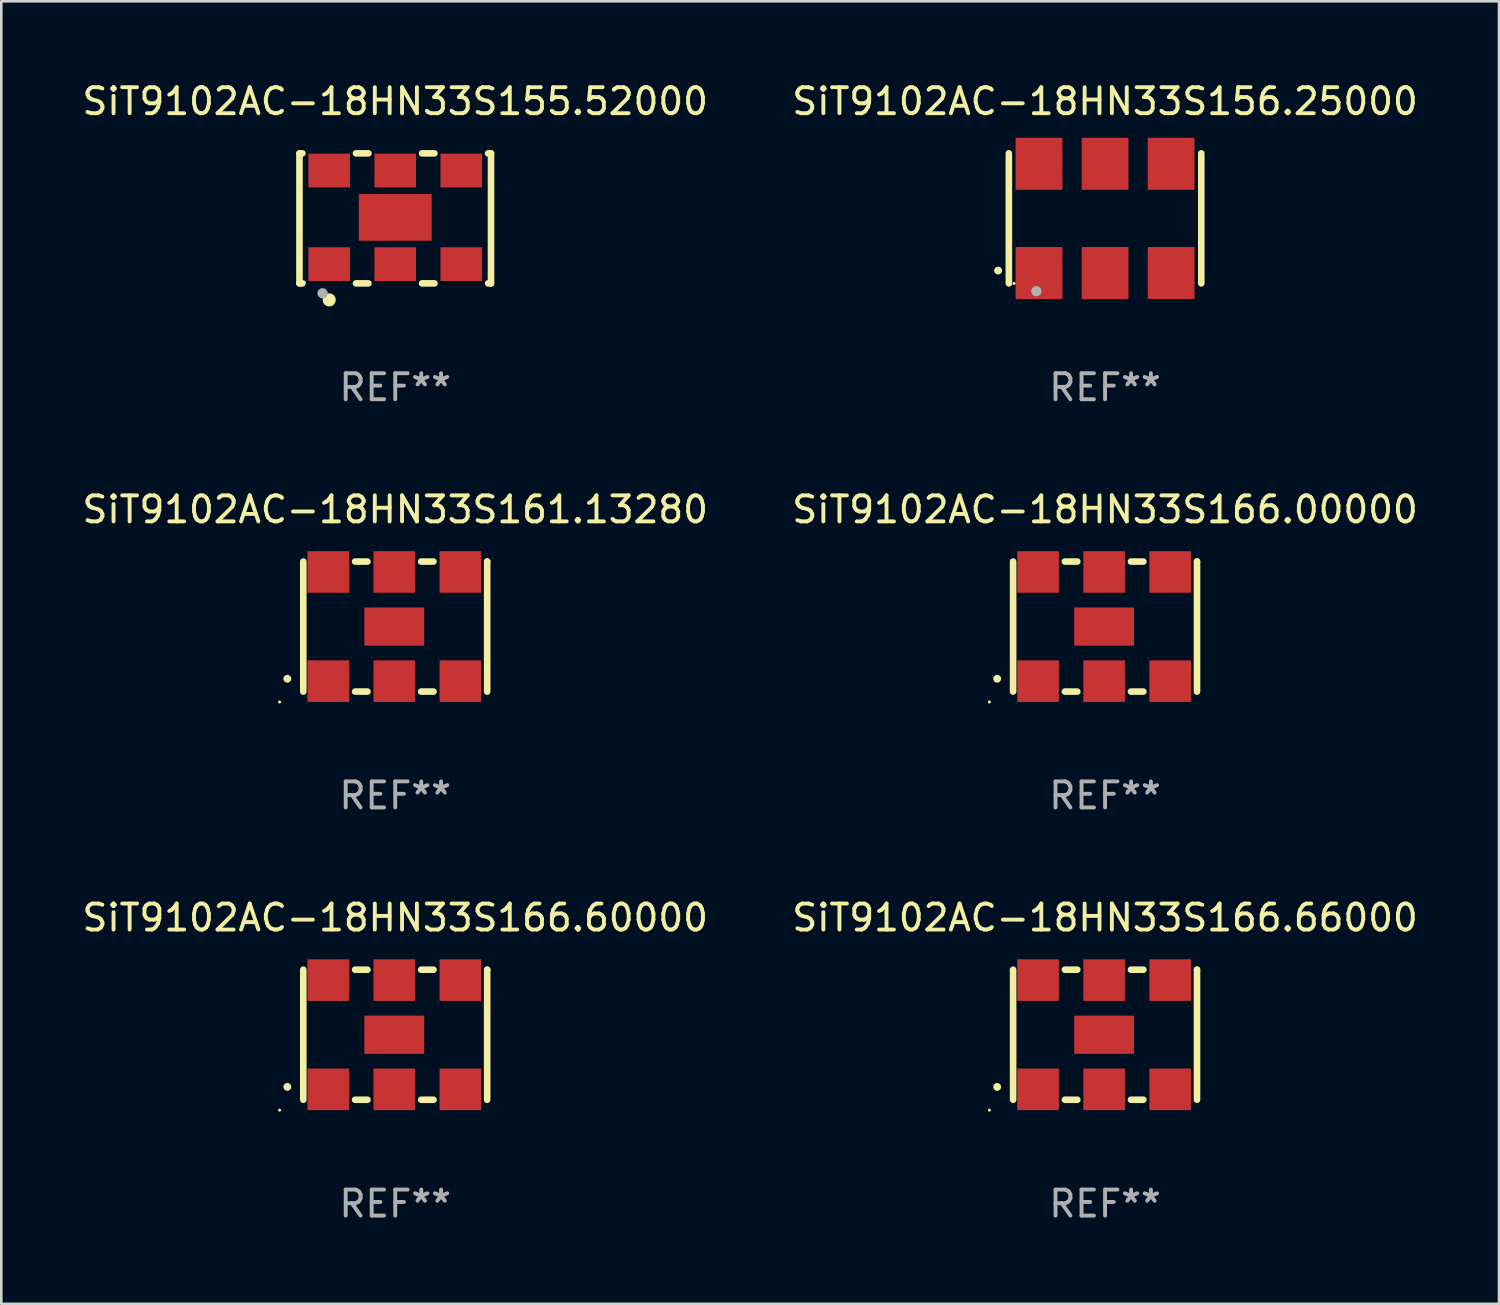
<source format=kicad_pcb>
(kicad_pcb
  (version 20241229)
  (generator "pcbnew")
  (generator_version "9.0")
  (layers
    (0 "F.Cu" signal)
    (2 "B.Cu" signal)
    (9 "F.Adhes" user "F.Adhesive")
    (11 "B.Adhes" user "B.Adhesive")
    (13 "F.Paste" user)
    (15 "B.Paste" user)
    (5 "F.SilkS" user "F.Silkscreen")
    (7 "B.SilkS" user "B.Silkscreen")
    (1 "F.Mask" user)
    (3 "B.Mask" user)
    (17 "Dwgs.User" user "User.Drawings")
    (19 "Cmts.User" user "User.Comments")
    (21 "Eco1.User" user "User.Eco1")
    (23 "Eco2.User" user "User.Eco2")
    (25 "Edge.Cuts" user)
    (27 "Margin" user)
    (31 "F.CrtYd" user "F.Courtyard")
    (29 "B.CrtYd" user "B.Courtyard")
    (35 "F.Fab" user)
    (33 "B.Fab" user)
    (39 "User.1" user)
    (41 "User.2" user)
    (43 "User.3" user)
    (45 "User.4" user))
  (footprint "SiT9102AC-18HN33S166.00000"
    (layer "F.Cu")
    (at 39.446 21.045)
    (property "Reference" "SiT9102AC-18HN33S166.00000" (at 0 -4.5 0) (layer "F.SilkS") (effects (font (size 1 1) (thickness 0.15))))
    (attr through_hole)
    (fp_line (start -3.536 -2.5) (end -3.536 2.5) (stroke (width 0.254) (type solid)) (layer "F.SilkS"))
    (fp_line (start -1.544 2.5) (end -1.067 2.5) (stroke (width 0.254) (type solid)) (layer "F.SilkS"))
    (fp_line (start -1.067 -2.5) (end -1.544 -2.5) (stroke (width 0.254) (type solid)) (layer "F.SilkS"))
    (fp_line (start 0.996 2.5) (end 1.473 2.5) (stroke (width 0.254) (type solid)) (layer "F.SilkS"))
    (fp_line (start 1.473 -2.5) (end 0.996 -2.5) (stroke (width 0.254) (type solid)) (layer "F.SilkS"))
    (fp_line (start 3.536 -2.5) (end 3.536 -2.5) (stroke (width 0.254) (type solid)) (layer "F.SilkS"))
    (fp_line (start 3.536 2.5) (end 3.536 -2.5) (stroke (width 0.254) (type solid)) (layer "F.SilkS"))
    (fp_arc (start -4.150432 2.006604) (mid -4.149162 2.006599) (end -4.147892 2.006604) (stroke (width 0.3) (type solid)) (layer "F.SilkS"))
    (fp_circle (center -4.449 2.9) (end -4.419 2.9) (stroke (width 0.06) (type solid)) (fill no) (layer "F.SilkS"))
    (fp_text user "REF**" (at 0 6.5 0) (layer "F.Fab") (effects (font (size 1 1) (thickness 0.15))))
    (pad "1" smd rect (at -2.576 2.1) (size 1.6 1.6) (layers "F.Cu" "F.Mask" "F.Paste"))
    (pad "2" smd rect (at -0.036 2.1) (size 1.6 1.6) (layers "F.Cu" "F.Mask" "F.Paste"))
    (pad "3" smd rect (at 2.504 2.1) (size 1.6 1.6) (layers "F.Cu" "F.Mask" "F.Paste"))
    (pad "4" smd rect (at 2.504 -2.1) (size 1.6 1.6) (layers "F.Cu" "F.Mask" "F.Paste"))
    (pad "5" smd rect (at -0.036 -2.1) (size 1.6 1.6) (layers "F.Cu" "F.Mask" "F.Paste"))
    (pad "6" smd rect (at -2.576 -2.1) (size 1.6 1.6) (layers "F.Cu" "F.Mask" "F.Paste"))
    (pad "7" smd rect (at -0.036 0) (size 2.3 1.47) (layers "F.Cu" "F.Mask" "F.Paste")))
  (footprint "SiT9102AC-18HN33S161.13280"
    (layer "F.Cu")
    (at 12.149 21.045)
    (property "Reference" "SiT9102AC-18HN33S161.13280" (at 0 -4.5 0) (layer "F.SilkS") (effects (font (size 1 1) (thickness 0.15))))
    (attr through_hole)
    (fp_line (start -3.536 -2.5) (end -3.536 2.5) (stroke (width 0.254) (type solid)) (layer "F.SilkS"))
    (fp_line (start -1.544 2.5) (end -1.067 2.5) (stroke (width 0.254) (type solid)) (layer "F.SilkS"))
    (fp_line (start -1.067 -2.5) (end -1.544 -2.5) (stroke (width 0.254) (type solid)) (layer "F.SilkS"))
    (fp_line (start 0.996 2.5) (end 1.473 2.5) (stroke (width 0.254) (type solid)) (layer "F.SilkS"))
    (fp_line (start 1.473 -2.5) (end 0.996 -2.5) (stroke (width 0.254) (type solid)) (layer "F.SilkS"))
    (fp_line (start 3.536 -2.5) (end 3.536 -2.5) (stroke (width 0.254) (type solid)) (layer "F.SilkS"))
    (fp_line (start 3.536 2.5) (end 3.536 -2.5) (stroke (width 0.254) (type solid)) (layer "F.SilkS"))
    (fp_arc (start -4.150432 2.006604) (mid -4.149162 2.006599) (end -4.147892 2.006604) (stroke (width 0.3) (type solid)) (layer "F.SilkS"))
    (fp_circle (center -4.449 2.9) (end -4.419 2.9) (stroke (width 0.06) (type solid)) (fill no) (layer "F.SilkS"))
    (fp_text user "REF**" (at 0 6.5 0) (layer "F.Fab") (effects (font (size 1 1) (thickness 0.15))))
    (pad "1" smd rect (at -2.576 2.1) (size 1.6 1.6) (layers "F.Cu" "F.Mask" "F.Paste"))
    (pad "2" smd rect (at -0.036 2.1) (size 1.6 1.6) (layers "F.Cu" "F.Mask" "F.Paste"))
    (pad "3" smd rect (at 2.504 2.1) (size 1.6 1.6) (layers "F.Cu" "F.Mask" "F.Paste"))
    (pad "4" smd rect (at 2.504 -2.1) (size 1.6 1.6) (layers "F.Cu" "F.Mask" "F.Paste"))
    (pad "5" smd rect (at -0.036 -2.1) (size 1.6 1.6) (layers "F.Cu" "F.Mask" "F.Paste"))
    (pad "6" smd rect (at -2.576 -2.1) (size 1.6 1.6) (layers "F.Cu" "F.Mask" "F.Paste"))
    (pad "7" smd rect (at -0.036 0) (size 2.3 1.47) (layers "F.Cu" "F.Mask" "F.Paste")))
  (footprint "SiT9102AC-18HN33S166.66000"
    (layer "F.Cu")
    (at 39.446 36.741)
    (property "Reference" "SiT9102AC-18HN33S166.66000" (at 0 -4.5 0) (layer "F.SilkS") (effects (font (size 1 1) (thickness 0.15))))
    (attr through_hole)
    (fp_line (start -3.536 -2.5) (end -3.536 2.5) (stroke (width 0.254) (type solid)) (layer "F.SilkS"))
    (fp_line (start -1.544 2.5) (end -1.067 2.5) (stroke (width 0.254) (type solid)) (layer "F.SilkS"))
    (fp_line (start -1.067 -2.5) (end -1.544 -2.5) (stroke (width 0.254) (type solid)) (layer "F.SilkS"))
    (fp_line (start 0.996 2.5) (end 1.473 2.5) (stroke (width 0.254) (type solid)) (layer "F.SilkS"))
    (fp_line (start 1.473 -2.5) (end 0.996 -2.5) (stroke (width 0.254) (type solid)) (layer "F.SilkS"))
    (fp_line (start 3.536 -2.5) (end 3.536 -2.5) (stroke (width 0.254) (type solid)) (layer "F.SilkS"))
    (fp_line (start 3.536 2.5) (end 3.536 -2.5) (stroke (width 0.254) (type solid)) (layer "F.SilkS"))
    (fp_arc (start -4.150432 2.006604) (mid -4.149162 2.006599) (end -4.147892 2.006604) (stroke (width 0.3) (type solid)) (layer "F.SilkS"))
    (fp_circle (center -4.449 2.9) (end -4.419 2.9) (stroke (width 0.06) (type solid)) (fill no) (layer "F.SilkS"))
    (fp_text user "REF**" (at 0 6.5 0) (layer "F.Fab") (effects (font (size 1 1) (thickness 0.15))))
    (pad "1" smd rect (at -2.576 2.1) (size 1.6 1.6) (layers "F.Cu" "F.Mask" "F.Paste"))
    (pad "2" smd rect (at -0.036 2.1) (size 1.6 1.6) (layers "F.Cu" "F.Mask" "F.Paste"))
    (pad "3" smd rect (at 2.504 2.1) (size 1.6 1.6) (layers "F.Cu" "F.Mask" "F.Paste"))
    (pad "4" smd rect (at 2.504 -2.1) (size 1.6 1.6) (layers "F.Cu" "F.Mask" "F.Paste"))
    (pad "5" smd rect (at -0.036 -2.1) (size 1.6 1.6) (layers "F.Cu" "F.Mask" "F.Paste"))
    (pad "6" smd rect (at -2.576 -2.1) (size 1.6 1.6) (layers "F.Cu" "F.Mask" "F.Paste"))
    (pad "7" smd rect (at -0.036 0) (size 2.3 1.47) (layers "F.Cu" "F.Mask" "F.Paste")))
  (footprint "SiT9102AC-18HN33S156.25000"
    (layer "F.Cu")
    (at 39.446 5.348)
    (property "Reference" "SiT9102AC-18HN33S156.25000" (at 0 -4.5 0) (layer "F.SilkS") (effects (font (size 1 1) (thickness 0.15))))
    (attr through_hole)
    (fp_line (start -3.7 -2.5) (end -3.7 2.5) (stroke (width 0.254) (type solid)) (layer "F.SilkS"))
    (fp_line (start 3.7 -2.5) (end 3.7 2.5) (stroke (width 0.254) (type solid)) (layer "F.SilkS"))
    (fp_arc (start -4.114415 2.006604) (mid -4.113145 2.006599) (end -4.111875 2.006604) (stroke (width 0.3) (type solid)) (layer "F.SilkS"))
    (fp_circle (center -3.5 2.501) (end -3.47 2.501) (stroke (width 0.06) (type solid)) (fill no) (layer "F.SilkS"))
    (fp_circle (center -2.641 2.799) (end -2.541 2.799) (stroke (width 0.2) (type solid)) (fill no) (layer "F.Fab"))
    (fp_text user "REF**" (at 0 6.5 0) (layer "F.Fab") (effects (font (size 1 1) (thickness 0.15))))
    (pad "1" smd rect (at -2.54 2.1) (size 1.8 2) (layers "F.Cu" "F.Mask" "F.Paste"))
    (pad "2" smd rect (at 0.000394 2.1) (size 1.8 2) (layers "F.Cu" "F.Mask" "F.Paste"))
    (pad "3" smd rect (at 2.54 2.1) (size 1.8 2) (layers "F.Cu" "F.Mask" "F.Paste"))
    (pad "4" smd rect (at 2.54 -2.1) (size 1.8 2) (layers "F.Cu" "F.Mask" "F.Paste"))
    (pad "5" smd rect (at 0.000394 -2.1) (size 1.8 2) (layers "F.Cu" "F.Mask" "F.Paste"))
    (pad "6" smd rect (at -2.54 -2.1) (size 1.8 2) (layers "F.Cu" "F.Mask" "F.Paste")))
  (footprint "SiT9102AC-18HN33S155.52000"
    (layer "F.Cu")
    (at 12.149 5.348)
    (property "Reference" "SiT9102AC-18HN33S155.52000" (at 0 -4.5 0) (layer "F.SilkS") (effects (font (size 1 1) (thickness 0.15))))
    (attr through_hole)
    (fp_line (start -3.683 -2.5) (end -3.571 -2.5) (stroke (width 0.254) (type solid)) (layer "F.SilkS"))
    (fp_line (start -3.683 2.5) (end -3.683 -2.5) (stroke (width 0.254) (type solid)) (layer "F.SilkS"))
    (fp_line (start -3.683 2.5) (end -3.571 2.5) (stroke (width 0.254) (type solid)) (layer "F.SilkS"))
    (fp_line (start -1.509 -2.5) (end -1.031 -2.5) (stroke (width 0.254) (type solid)) (layer "F.SilkS"))
    (fp_line (start -1.509 2.5) (end -1.031 2.5) (stroke (width 0.254) (type solid)) (layer "F.SilkS"))
    (fp_line (start 1.031 -2.5) (end 1.509 -2.5) (stroke (width 0.254) (type solid)) (layer "F.SilkS"))
    (fp_line (start 1.031 2.5) (end 1.509 2.5) (stroke (width 0.254) (type solid)) (layer "F.SilkS"))
    (fp_line (start 3.571 -2.5) (end 3.683 -2.5) (stroke (width 0.254) (type solid)) (layer "F.SilkS"))
    (fp_line (start 3.571 2.5) (end 3.683 2.5) (stroke (width 0.254) (type solid)) (layer "F.SilkS"))
    (fp_line (start 3.683 2.5) (end 3.683 -2.5) (stroke (width 0.254) (type solid)) (layer "F.SilkS"))
    (fp_circle (center -3.5 2.46) (end -3.47 2.46) (stroke (width 0.06) (type solid)) (fill no) (layer "F.SilkS"))
    (fp_circle (center -2.54 3.135) (end -2.413 3.135) (stroke (width 0.254) (type solid)) (fill no) (layer "F.SilkS"))
    (fp_circle (center -2.794 2.881) (end -2.694 2.881) (stroke (width 0.2) (type solid)) (fill no) (layer "F.Fab"))
    (fp_text user "REF**" (at 0 6.5 0) (layer "F.Fab") (effects (font (size 1 1) (thickness 0.15))))
    (pad "1" smd rect (at -2.54 1.76) (size 1.6 1.3) (layers "F.Cu" "F.Mask" "F.Paste"))
    (pad "2" smd rect (at 0 1.76) (size 1.6 1.3) (layers "F.Cu" "F.Mask" "F.Paste"))
    (pad "3" smd rect (at 2.54 1.76) (size 1.6 1.3) (layers "F.Cu" "F.Mask" "F.Paste"))
    (pad "4" smd rect (at 2.54 -1.84) (size 1.6 1.3) (layers "F.Cu" "F.Mask" "F.Paste"))
    (pad "5" smd rect (at 0 -1.84) (size 1.6 1.3) (layers "F.Cu" "F.Mask" "F.Paste"))
    (pad "6" smd rect (at -2.54 -1.84) (size 1.6 1.3) (layers "F.Cu" "F.Mask" "F.Paste"))
    (pad "7" smd rect (at 0 -0.04) (size 2.8 1.8) (layers "F.Cu" "F.Mask" "F.Paste")))
  (footprint "SiT9102AC-18HN33S166.60000"
    (layer "F.Cu")
    (at 12.149 36.741)
    (property "Reference" "SiT9102AC-18HN33S166.60000" (at 0 -4.5 0) (layer "F.SilkS") (effects (font (size 1 1) (thickness 0.15))))
    (attr through_hole)
    (fp_line (start -3.536 -2.5) (end -3.536 2.5) (stroke (width 0.254) (type solid)) (layer "F.SilkS"))
    (fp_line (start -1.544 2.5) (end -1.067 2.5) (stroke (width 0.254) (type solid)) (layer "F.SilkS"))
    (fp_line (start -1.067 -2.5) (end -1.544 -2.5) (stroke (width 0.254) (type solid)) (layer "F.SilkS"))
    (fp_line (start 0.996 2.5) (end 1.473 2.5) (stroke (width 0.254) (type solid)) (layer "F.SilkS"))
    (fp_line (start 1.473 -2.5) (end 0.996 -2.5) (stroke (width 0.254) (type solid)) (layer "F.SilkS"))
    (fp_line (start 3.536 -2.5) (end 3.536 -2.5) (stroke (width 0.254) (type solid)) (layer "F.SilkS"))
    (fp_line (start 3.536 2.5) (end 3.536 -2.5) (stroke (width 0.254) (type solid)) (layer "F.SilkS"))
    (fp_arc (start -4.150432 2.006604) (mid -4.149162 2.006599) (end -4.147892 2.006604) (stroke (width 0.3) (type solid)) (layer "F.SilkS"))
    (fp_circle (center -4.449 2.9) (end -4.419 2.9) (stroke (width 0.06) (type solid)) (fill no) (layer "F.SilkS"))
    (fp_text user "REF**" (at 0 6.5 0) (layer "F.Fab") (effects (font (size 1 1) (thickness 0.15))))
    (pad "1" smd rect (at -2.576 2.1) (size 1.6 1.6) (layers "F.Cu" "F.Mask" "F.Paste"))
    (pad "2" smd rect (at -0.036 2.1) (size 1.6 1.6) (layers "F.Cu" "F.Mask" "F.Paste"))
    (pad "3" smd rect (at 2.504 2.1) (size 1.6 1.6) (layers "F.Cu" "F.Mask" "F.Paste"))
    (pad "4" smd rect (at 2.504 -2.1) (size 1.6 1.6) (layers "F.Cu" "F.Mask" "F.Paste"))
    (pad "5" smd rect (at -0.036 -2.1) (size 1.6 1.6) (layers "F.Cu" "F.Mask" "F.Paste"))
    (pad "6" smd rect (at -2.576 -2.1) (size 1.6 1.6) (layers "F.Cu" "F.Mask" "F.Paste"))
    (pad "7" smd rect (at -0.036 0) (size 2.3 1.47) (layers "F.Cu" "F.Mask" "F.Paste")))
  (gr_rect
    (start -3 -3)
    (end 54.595 47.09)
    (stroke (width 0.1) (type default))
    (fill no)
    (layer "Edge.Cuts")))
</source>
